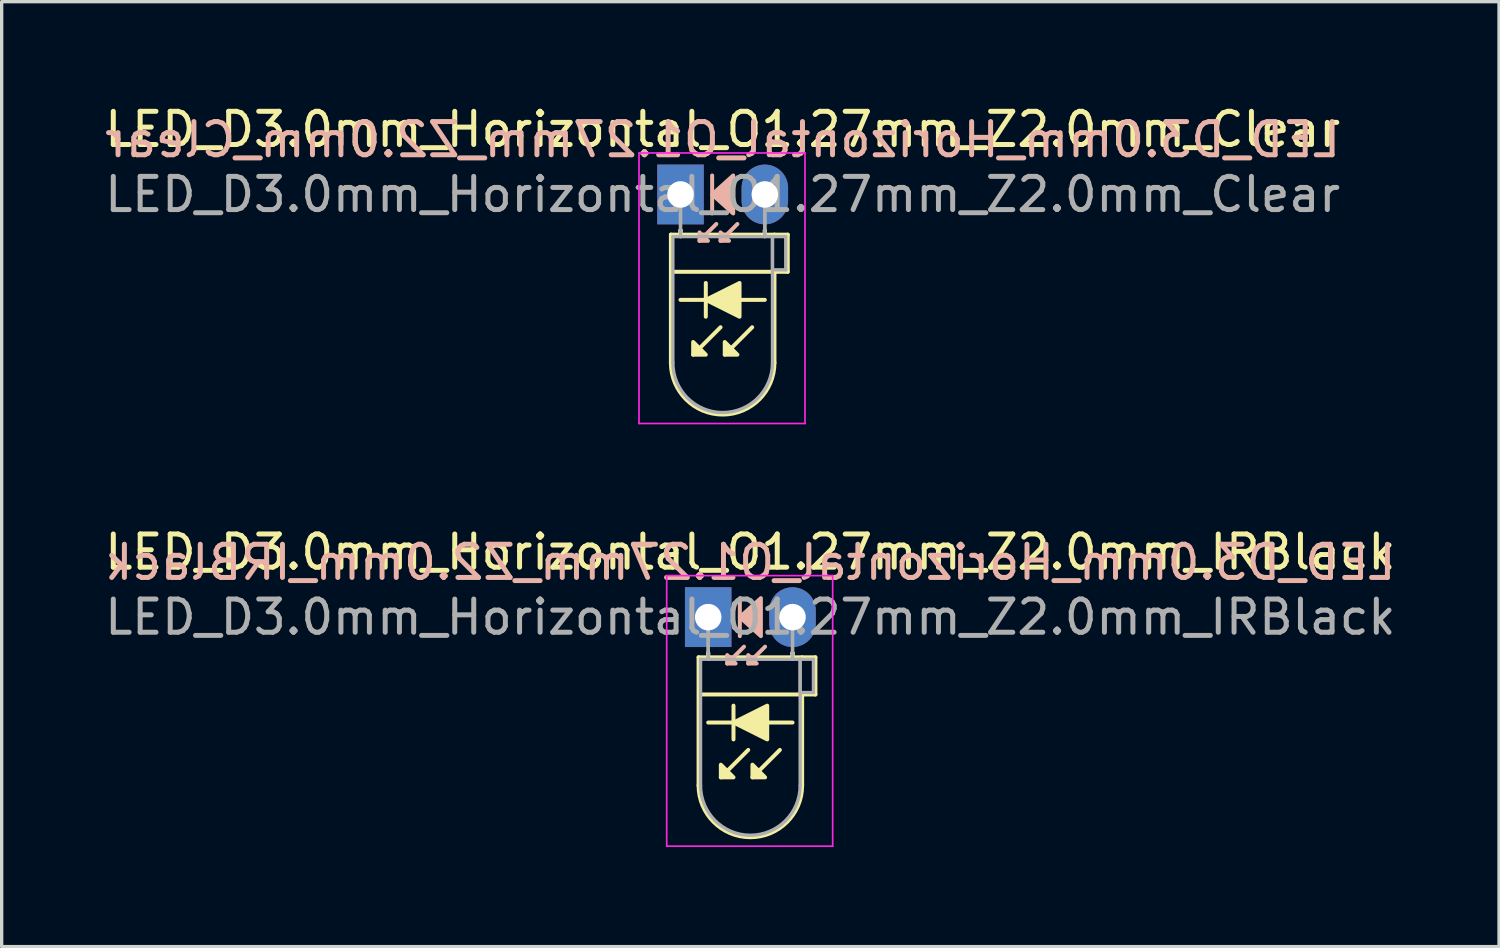
<source format=kicad_pcb>
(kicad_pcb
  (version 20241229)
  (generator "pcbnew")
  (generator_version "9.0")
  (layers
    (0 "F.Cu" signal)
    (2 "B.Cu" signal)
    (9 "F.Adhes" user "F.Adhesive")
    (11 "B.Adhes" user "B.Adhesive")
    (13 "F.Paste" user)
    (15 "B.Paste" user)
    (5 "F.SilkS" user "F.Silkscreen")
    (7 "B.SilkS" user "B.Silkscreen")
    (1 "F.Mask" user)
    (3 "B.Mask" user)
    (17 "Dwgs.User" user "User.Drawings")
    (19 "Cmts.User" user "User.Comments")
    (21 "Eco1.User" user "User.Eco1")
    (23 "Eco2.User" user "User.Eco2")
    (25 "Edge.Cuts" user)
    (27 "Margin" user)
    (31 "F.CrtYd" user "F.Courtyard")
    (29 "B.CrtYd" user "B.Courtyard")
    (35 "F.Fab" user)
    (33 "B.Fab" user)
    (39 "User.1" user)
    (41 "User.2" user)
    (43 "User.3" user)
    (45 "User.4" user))
  (footprint "LED_D3.0mm_Horizontal_O1.27mm_Z2.0mm_IRBlack"
    (layer "F.Cu")
    (at 18.284 15.541)
    (property "Reference" "LED_D3.0mm_Horizontal_O1.27mm_Z2.0mm_IRBlack" (at 1.27 -1.96 0) (layer "F.SilkS") (effects (font (size 1 1) (thickness 0.15))))
    (fp_line (start -0.29 1.21) (end -0.29 5.07) (stroke (width 0.12) (type solid)) (layer "F.SilkS"))
    (fp_line (start -0.29 1.21) (end 2.83 1.21) (stroke (width 0.12) (type solid)) (layer "F.SilkS"))
    (fp_line (start 0 1.08) (end 0 1.08) (stroke (width 0.12) (type solid)) (layer "F.SilkS"))
    (fp_line (start 0 1.08) (end 0 1.21) (stroke (width 0.12) (type solid)) (layer "F.SilkS"))
    (fp_line (start 0 1.21) (end 0 1.08) (stroke (width 0.12) (type solid)) (layer "F.SilkS"))
    (fp_line (start 0 1.21) (end 0 1.21) (stroke (width 0.12) (type solid)) (layer "F.SilkS"))
    (fp_line (start 0.762 2.667) (end 0.762 3.683) (stroke (width 0.12) (type solid)) (layer "F.SilkS"))
    (fp_line (start 1.206 4) (end 0.381 4.826) (stroke (width 0.12) (type solid)) (layer "F.SilkS"))
    (fp_line (start 2.159 4) (end 1.333 4.826) (stroke (width 0.12) (type solid)) (layer "F.SilkS"))
    (fp_line (start 2.54 1.08) (end 2.54 1.08) (stroke (width 0.12) (type solid)) (layer "F.SilkS"))
    (fp_line (start 2.54 1.08) (end 2.54 1.21) (stroke (width 0.12) (type solid)) (layer "F.SilkS"))
    (fp_line (start 2.54 1.21) (end 2.54 1.08) (stroke (width 0.12) (type solid)) (layer "F.SilkS"))
    (fp_line (start 2.54 1.21) (end 2.54 1.21) (stroke (width 0.12) (type solid)) (layer "F.SilkS"))
    (fp_line (start 2.54 3.175) (end 0 3.175) (stroke (width 0.12) (type solid)) (layer "F.SilkS"))
    (fp_line (start 2.83 1.21) (end 3.23 1.21) (stroke (width 0.12) (type solid)) (layer "F.SilkS"))
    (fp_line (start 2.83 2.33) (end 2.83 5.07) (stroke (width 0.12) (type solid)) (layer "F.SilkS"))
    (fp_line (start 3.23 1.21) (end 3.23 2.33) (stroke (width 0.12) (type solid)) (layer "F.SilkS"))
    (fp_line (start 3.23 2.33) (end -0.254 2.33) (stroke (width 0.12) (type solid)) (layer "F.SilkS"))
    (fp_arc (start 2.83 5.07) (mid 1.27 6.63) (end -0.29 5.07) (stroke (width 0.12) (type solid)) (layer "F.SilkS"))
    (fp_poly (pts (xy 0.381 4.445) (xy 0.762 4.826) (xy 0.381 4.826)) (stroke (width 0.12) (type solid)) (fill yes) (layer "F.SilkS"))
    (fp_poly (pts (xy 1.333 4.445) (xy 1.714 4.826) (xy 1.333 4.826)) (stroke (width 0.12) (type solid)) (fill yes) (layer "F.SilkS"))
    (fp_poly (pts (xy 1.778 3.683) (xy 0.762 3.175) (xy 1.778 2.667)) (stroke (width 0.12) (type solid)) (fill yes) (layer "F.SilkS"))
    (fp_line (start 0.953 -0.572) (end 0.953 0.572) (stroke (width 0.12) (type solid)) (layer "B.SilkS"))
    (fp_line (start 1.079 0.889) (end 0.572 1.397) (stroke (width 0.12) (type solid)) (layer "B.SilkS"))
    (fp_line (start 1.714 0.889) (end 1.206 1.397) (stroke (width 0.12) (type solid)) (layer "B.SilkS"))
    (fp_poly (pts (xy 0.572 1.143) (xy 0.826 1.397) (xy 0.572 1.397)) (stroke (width 0.12) (type solid)) (fill yes) (layer "B.SilkS"))
    (fp_poly (pts (xy 1.206 1.143) (xy 1.46 1.397) (xy 1.206 1.397)) (stroke (width 0.12) (type solid)) (fill yes) (layer "B.SilkS"))
    (fp_poly (pts (xy 1.587 0.572) (xy 0.953 0) (xy 1.587 -0.572)) (stroke (width 0.12) (type solid)) (fill yes) (layer "B.SilkS"))
    (fp_line (start -1.25 -1.25) (end -1.25 6.9) (stroke (width 0.05) (type solid)) (layer "F.CrtYd"))
    (fp_line (start -1.25 6.9) (end 3.75 6.9) (stroke (width 0.05) (type solid)) (layer "F.CrtYd"))
    (fp_line (start 3.75 -1.25) (end -1.25 -1.25) (stroke (width 0.05) (type solid)) (layer "F.CrtYd"))
    (fp_line (start 3.75 6.9) (end 3.75 -1.25) (stroke (width 0.05) (type solid)) (layer "F.CrtYd"))
    (fp_line (start -0.23 1.27) (end -0.23 5.07) (stroke (width 0.1) (type solid)) (layer "F.Fab"))
    (fp_line (start -0.23 1.27) (end 2.77 1.27) (stroke (width 0.1) (type solid)) (layer "F.Fab"))
    (fp_line (start 0 0) (end 0 0) (stroke (width 0.1) (type solid)) (layer "F.Fab"))
    (fp_line (start 0 0) (end 0 1.27) (stroke (width 0.1) (type solid)) (layer "F.Fab"))
    (fp_line (start 0 1.27) (end 0 0) (stroke (width 0.1) (type solid)) (layer "F.Fab"))
    (fp_line (start 0 1.27) (end 0 1.27) (stroke (width 0.1) (type solid)) (layer "F.Fab"))
    (fp_line (start 2.54 0) (end 2.54 0) (stroke (width 0.1) (type solid)) (layer "F.Fab"))
    (fp_line (start 2.54 0) (end 2.54 1.27) (stroke (width 0.1) (type solid)) (layer "F.Fab"))
    (fp_line (start 2.54 1.27) (end 2.54 0) (stroke (width 0.1) (type solid)) (layer "F.Fab"))
    (fp_line (start 2.54 1.27) (end 2.54 1.27) (stroke (width 0.1) (type solid)) (layer "F.Fab"))
    (fp_line (start 2.77 1.27) (end 2.77 5.07) (stroke (width 0.1) (type solid)) (layer "F.Fab"))
    (fp_line (start 2.77 1.27) (end 3.17 1.27) (stroke (width 0.1) (type solid)) (layer "F.Fab"))
    (fp_line (start 2.77 2.27) (end 2.77 1.27) (stroke (width 0.1) (type solid)) (layer "F.Fab"))
    (fp_line (start 3.17 1.27) (end 3.17 2.27) (stroke (width 0.1) (type solid)) (layer "F.Fab"))
    (fp_line (start 3.17 2.27) (end 2.77 2.27) (stroke (width 0.1) (type solid)) (layer "F.Fab"))
    (fp_arc (start 2.77 5.07) (mid 1.27 6.57) (end -0.23 5.07) (stroke (width 0.1) (type solid)) (layer "F.Fab"))
    (fp_text user "${REFERENCE}" (at 1.27 -1.651 0) (layer "B.SilkS") (effects (font (size 1 1) (thickness 0.15)) (justify mirror)))
    (fp_text user "${REFERENCE}" (at 1.27 0 0) (layer "F.Fab") (effects (font (size 1 1) (thickness 0.15))))
    (pad "1" thru_hole rect (at 0 0) (size 1.4 1.8) (drill 0.8) (layers "*.Cu" "*.Mask"))
    (pad "2" thru_hole oval (at 2.54 0) (size 1.4 1.8) (drill 0.8) (layers "*.Cu" "*.Mask")))
  (footprint "LED_D3.0mm_Horizontal_O1.27mm_Z2.0mm_Clear"
    (layer "F.Cu")
    (at 17.45 2.808)
    (property "Reference" "LED_D3.0mm_Horizontal_O1.27mm_Z2.0mm_Clear" (at 1.27 -1.96 0) (layer "F.SilkS") (effects (font (size 1 1) (thickness 0.15))))
    (fp_line (start -0.29 1.21) (end -0.29 5.07) (stroke (width 0.12) (type solid)) (layer "F.SilkS"))
    (fp_line (start -0.29 1.21) (end 2.83 1.21) (stroke (width 0.12) (type solid)) (layer "F.SilkS"))
    (fp_line (start 0 1.08) (end 0 1.08) (stroke (width 0.12) (type solid)) (layer "F.SilkS"))
    (fp_line (start 0 1.08) (end 0 1.21) (stroke (width 0.12) (type solid)) (layer "F.SilkS"))
    (fp_line (start 0 1.21) (end 0 1.08) (stroke (width 0.12) (type solid)) (layer "F.SilkS"))
    (fp_line (start 0 1.21) (end 0 1.21) (stroke (width 0.12) (type solid)) (layer "F.SilkS"))
    (fp_line (start 0.762 2.667) (end 0.762 3.683) (stroke (width 0.12) (type solid)) (layer "F.SilkS"))
    (fp_line (start 1.206 4) (end 0.381 4.826) (stroke (width 0.12) (type solid)) (layer "F.SilkS"))
    (fp_line (start 2.159 4) (end 1.333 4.826) (stroke (width 0.12) (type solid)) (layer "F.SilkS"))
    (fp_line (start 2.54 1.08) (end 2.54 1.08) (stroke (width 0.12) (type solid)) (layer "F.SilkS"))
    (fp_line (start 2.54 1.08) (end 2.54 1.21) (stroke (width 0.12) (type solid)) (layer "F.SilkS"))
    (fp_line (start 2.54 1.21) (end 2.54 1.08) (stroke (width 0.12) (type solid)) (layer "F.SilkS"))
    (fp_line (start 2.54 1.21) (end 2.54 1.21) (stroke (width 0.12) (type solid)) (layer "F.SilkS"))
    (fp_line (start 2.54 3.175) (end 0 3.175) (stroke (width 0.12) (type solid)) (layer "F.SilkS"))
    (fp_line (start 2.83 1.21) (end 3.23 1.21) (stroke (width 0.12) (type solid)) (layer "F.SilkS"))
    (fp_line (start 2.83 2.33) (end 2.83 5.07) (stroke (width 0.12) (type solid)) (layer "F.SilkS"))
    (fp_line (start 3.23 1.21) (end 3.23 2.33) (stroke (width 0.12) (type solid)) (layer "F.SilkS"))
    (fp_line (start 3.23 2.33) (end -0.254 2.33) (stroke (width 0.12) (type solid)) (layer "F.SilkS"))
    (fp_arc (start 2.83 5.07) (mid 1.27 6.63) (end -0.29 5.07) (stroke (width 0.12) (type solid)) (layer "F.SilkS"))
    (fp_poly (pts (xy 0.381 4.445) (xy 0.762 4.826) (xy 0.381 4.826)) (stroke (width 0.12) (type solid)) (fill yes) (layer "F.SilkS"))
    (fp_poly (pts (xy 1.333 4.445) (xy 1.714 4.826) (xy 1.333 4.826)) (stroke (width 0.12) (type solid)) (fill yes) (layer "F.SilkS"))
    (fp_poly (pts (xy 1.778 3.683) (xy 0.762 3.175) (xy 1.778 2.667)) (stroke (width 0.12) (type solid)) (fill yes) (layer "F.SilkS"))
    (fp_line (start 0.953 -0.572) (end 0.953 0.572) (stroke (width 0.12) (type solid)) (layer "B.SilkS"))
    (fp_line (start 1.079 0.889) (end 0.572 1.397) (stroke (width 0.12) (type solid)) (layer "B.SilkS"))
    (fp_line (start 1.714 0.889) (end 1.206 1.397) (stroke (width 0.12) (type solid)) (layer "B.SilkS"))
    (fp_poly (pts (xy 0.572 1.143) (xy 0.826 1.397) (xy 0.572 1.397)) (stroke (width 0.12) (type solid)) (fill yes) (layer "B.SilkS"))
    (fp_poly (pts (xy 1.206 1.143) (xy 1.46 1.397) (xy 1.206 1.397)) (stroke (width 0.12) (type solid)) (fill yes) (layer "B.SilkS"))
    (fp_poly (pts (xy 1.587 0.572) (xy 0.953 0) (xy 1.587 -0.572)) (stroke (width 0.12) (type solid)) (fill yes) (layer "B.SilkS"))
    (fp_line (start -1.25 -1.25) (end -1.25 6.9) (stroke (width 0.05) (type solid)) (layer "F.CrtYd"))
    (fp_line (start -1.25 6.9) (end 3.75 6.9) (stroke (width 0.05) (type solid)) (layer "F.CrtYd"))
    (fp_line (start 3.75 -1.25) (end -1.25 -1.25) (stroke (width 0.05) (type solid)) (layer "F.CrtYd"))
    (fp_line (start 3.75 6.9) (end 3.75 -1.25) (stroke (width 0.05) (type solid)) (layer "F.CrtYd"))
    (fp_line (start -0.23 1.27) (end -0.23 5.07) (stroke (width 0.1) (type solid)) (layer "F.Fab"))
    (fp_line (start -0.23 1.27) (end 2.77 1.27) (stroke (width 0.1) (type solid)) (layer "F.Fab"))
    (fp_line (start 0 0) (end 0 0) (stroke (width 0.1) (type solid)) (layer "F.Fab"))
    (fp_line (start 0 0) (end 0 1.27) (stroke (width 0.1) (type solid)) (layer "F.Fab"))
    (fp_line (start 0 1.27) (end 0 0) (stroke (width 0.1) (type solid)) (layer "F.Fab"))
    (fp_line (start 0 1.27) (end 0 1.27) (stroke (width 0.1) (type solid)) (layer "F.Fab"))
    (fp_line (start 2.54 0) (end 2.54 0) (stroke (width 0.1) (type solid)) (layer "F.Fab"))
    (fp_line (start 2.54 0) (end 2.54 1.27) (stroke (width 0.1) (type solid)) (layer "F.Fab"))
    (fp_line (start 2.54 1.27) (end 2.54 0) (stroke (width 0.1) (type solid)) (layer "F.Fab"))
    (fp_line (start 2.54 1.27) (end 2.54 1.27) (stroke (width 0.1) (type solid)) (layer "F.Fab"))
    (fp_line (start 2.77 1.27) (end 2.77 5.07) (stroke (width 0.1) (type solid)) (layer "F.Fab"))
    (fp_line (start 2.77 1.27) (end 3.17 1.27) (stroke (width 0.1) (type solid)) (layer "F.Fab"))
    (fp_line (start 2.77 2.27) (end 2.77 1.27) (stroke (width 0.1) (type solid)) (layer "F.Fab"))
    (fp_line (start 3.17 1.27) (end 3.17 2.27) (stroke (width 0.1) (type solid)) (layer "F.Fab"))
    (fp_line (start 3.17 2.27) (end 2.77 2.27) (stroke (width 0.1) (type solid)) (layer "F.Fab"))
    (fp_arc (start 2.77 5.07) (mid 1.27 6.57) (end -0.23 5.07) (stroke (width 0.1) (type solid)) (layer "F.Fab"))
    (fp_text user "${REFERENCE}" (at 1.27 -1.651 0) (layer "B.SilkS") (effects (font (size 1 1) (thickness 0.15)) (justify mirror)))
    (fp_text user "${REFERENCE}" (at 1.27 0 0) (layer "F.Fab") (effects (font (size 1 1) (thickness 0.15))))
    (pad "1" thru_hole rect (at 0 0) (size 1.4 1.8) (drill 0.8) (layers "*.Cu" "*.Mask"))
    (pad "2" thru_hole oval (at 2.54 0) (size 1.4 1.8) (drill 0.8) (layers "*.Cu" "*.Mask")))
  (gr_rect
    (start -3 -3)
    (end 42.107 25.466)
    (stroke (width 0.1) (type default))
    (fill no)
    (layer "Edge.Cuts")))
</source>
